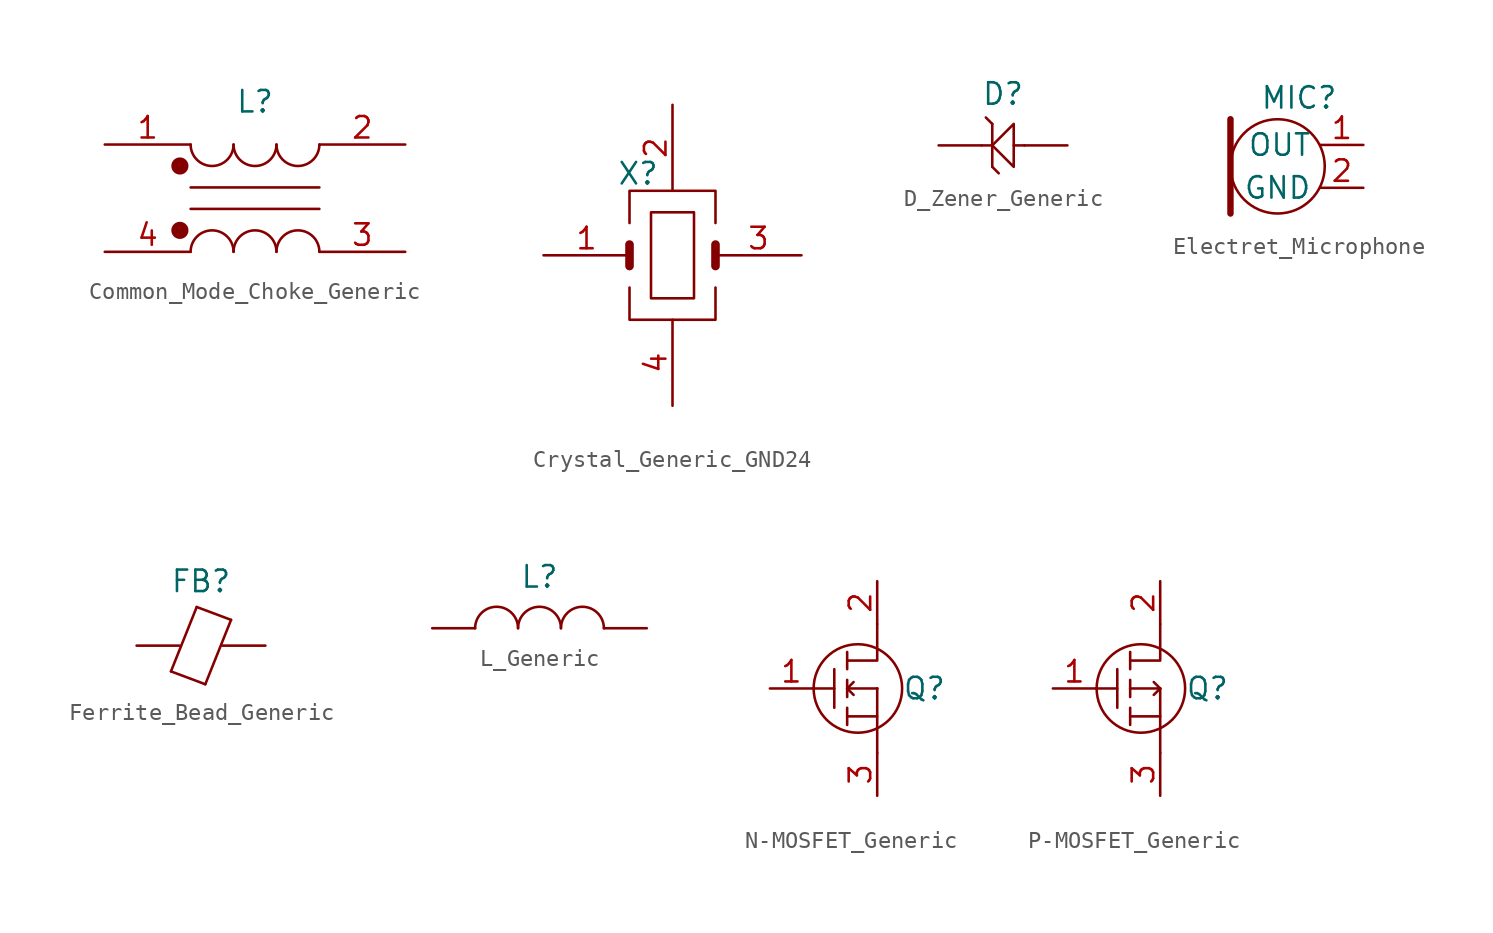
<source format=kicad_sym>
(kicad_symbol_lib
  (version 20241209)
  (generator "kicad_symbol_editor")
  (generator_version "9.0")
  (symbol "Common_Mode_Choke_Generic"
    (property "Reference" "L"
      (at 0 3.81 0)
      (effects (font (size 1.27 1.27))))
    (property "Value" ""
      (at 0 0 0)
      (effects (font (size 1.27 1.27))))
    (symbol "Common_Mode_Choke_Generic_0_1"
      (polyline (pts (xy -3.81 -1.27) (xy 3.81 -1.27)) (stroke (width 0) (type default)) (fill (type none)))
      (polyline (pts (xy -3.81 -2.54) (xy 3.81 -2.54)) (stroke (width 0) (type default)) (fill (type none)))
      (arc (start -1.27 1.27) (mid -2.54 0) (end -3.81 1.27) (stroke (width 0) (type default)) (fill (type none)))
      (arc (start -3.81 -5.08) (mid -2.54 -3.81) (end -1.27 -5.08) (stroke (width 0) (type default)) (fill (type none)))
      (arc (start 1.27 1.27) (mid 0 0) (end -1.27 1.27) (stroke (width 0) (type default)) (fill (type none)))
      (arc (start -1.27 -5.08) (mid 0 -3.81) (end 1.27 -5.08) (stroke (width 0) (type default)) (fill (type none)))
      (arc (start 3.81 1.27) (mid 2.54 0) (end 1.27 1.27) (stroke (width 0) (type default)) (fill (type none)))
      (arc (start 1.27 -5.08) (mid 2.54 -3.81) (end 3.81 -5.08) (stroke (width 0) (type default)) (fill (type none))))
    (symbol "Common_Mode_Choke_Generic_1_1"
      (circle (center -4.445 0) (radius 0.0001) (stroke (width 0.508) (type solid)) (fill (type none)))
      (circle (center -4.445 -3.81) (radius 0.0001) (stroke (width 0.508) (type solid)) (fill (type none)))
      (pin passive line (at -8.89 1.27 0) (length 5.08) (name "" (effects (font (size 1.27 1.27)))) (number "1" (effects (font (size 1.27 1.27)))))
      (pin passive line (at -8.89 -5.08 0) (length 5.08) (name "" (effects (font (size 1.27 1.27)))) (number "4" (effects (font (size 1.27 1.27)))))
      (pin passive line (at 8.89 1.27 180) (length 5.08) (name "" (effects (font (size 1.27 1.27)))) (number "2" (effects (font (size 1.27 1.27)))))
      (pin passive line (at 8.89 -5.08 180) (length 5.08) (name "" (effects (font (size 1.27 1.27)))) (number "3" (effects (font (size 1.27 1.27)))))))
  (symbol "Crystal_Generic_GND24"
    (property "Reference" "X"
      (at -2.032 4.826 0)
      (effects (font (size 1.27 1.27))))
    (property "Value" ""
      (at 0 0 0)
      (effects (font (size 1.27 1.27))))
    (symbol "Crystal_Generic_GND24_0_1"
      (polyline (pts (xy -2.54 1.905) (xy -2.54 3.81) (xy 2.54 3.81) (xy 2.54 1.905)) (stroke (width 0) (type default)) (fill (type none)))
      (polyline (pts (xy -2.54 -1.905) (xy -2.54 -3.81) (xy 2.54 -3.81) (xy 2.54 -1.905)) (stroke (width 0) (type default)) (fill (type none)))
      (rectangle (start -1.27 2.54) (end 1.27 -2.54) (stroke (width 0) (type default)) (fill (type none))))
    (symbol "Crystal_Generic_GND24_1_1"
      (polyline (pts (xy -2.54 0.635) (xy -2.54 -0.635)) (stroke (width 0.508) (type solid)) (fill (type none)))
      (polyline (pts (xy 2.54 0.635) (xy 2.54 -0.635)) (stroke (width 0.508) (type solid)) (fill (type none)))
      (pin passive line (at -7.62 0 0) (length 5.08) (name "" (effects (font (size 1.27 1.27)))) (number "1" (effects (font (size 1.27 1.27)))))
      (pin passive line (at 0 8.89 270) (length 5.08) (name "" (effects (font (size 1.27 1.27)))) (number "2" (effects (font (size 1.27 1.27)))))
      (pin passive line (at 0 -8.89 90) (length 5.08) (name "" (effects (font (size 1.27 1.27)))) (number "4" (effects (font (size 1.27 1.27)))))
      (pin passive line (at 7.62 0 180) (length 5.08) (name "" (effects (font (size 1.27 1.27)))) (number "3" (effects (font (size 1.27 1.27)))))))
  (symbol "D_Zener_Generic"
    (pin_numbers
      (hide yes))
    (pin_names
      (hide yes))
    (property "Reference" "D"
      (at 0 3.048 0)
      (effects (font (size 1.27 1.27))))
    (property "Value" ""
      (at 0 0 0)
      (effects (font (size 1.27 1.27))))
    (symbol "D_Zener_Generic_0_1"
      (polyline (pts (xy -1.27 0) (xy -0.635 0)) (stroke (width 0) (type default)) (fill (type none)))
      (polyline (pts (xy -0.635 1.27) (xy -1.016 1.651)) (stroke (width 0) (type default)) (fill (type none)))
      (polyline (pts (xy -0.635 1.27) (xy -0.635 -1.27)) (stroke (width 0) (type default)) (fill (type none)))
      (polyline (pts (xy -0.635 0) (xy 0.635 1.27) (xy 0.635 -1.27) (xy -0.635 0)) (stroke (width 0) (type default)) (fill (type none)))
      (polyline (pts (xy -0.254 -1.651) (xy -0.635 -1.27)) (stroke (width 0) (type default)) (fill (type none)))
      (polyline (pts (xy 0.635 0) (xy 1.27 0)) (stroke (width 0) (type default)) (fill (type none))))
    (symbol "D_Zener_Generic_1_1"
      (pin passive line (at -3.81 0 0) (length 2.54) (name "K" (effects (font (size 1.27 1.27)))) (number "2" (effects (font (size 1.27 1.27)))))
      (pin passive line (at 3.81 0 180) (length 2.54) (name "A" (effects (font (size 1.27 1.27)))) (number "1" (effects (font (size 1.27 1.27)))))))
  (symbol "Electret_Microphone"
    (property "Reference" "MIC"
      (at 0 4.064 0)
      (effects (font (size 1.27 1.27))))
    (property "Value" ""
      (at 0 0 0)
      (effects (font (size 1.27 1.27))))
    (symbol "Electret_Microphone_0_1"
      (circle (center -1.27 0) (radius 2.794) (stroke (width 0) (type default)) (fill (type none))))
    (symbol "Electret_Microphone_1_1"
      (polyline (pts (xy -4.064 2.794) (xy -4.064 -2.794)) (stroke (width 0.381) (type solid)) (fill (type none)))
      (pin output line (at 3.81 1.27 180) (length 2.54) (name "OUT" (effects (font (size 1.27 1.27)))) (number "1" (effects (font (size 1.27 1.27)))))
      (pin output line (at 3.81 -1.27 180) (length 2.54) (name "GND" (effects (font (size 1.27 1.27)))) (number "2" (effects (font (size 1.27 1.27)))))))
  (symbol "Ferrite_Bead_Generic"
    (pin_numbers
      (hide yes))
    (property "Reference" "FB"
      (at 0 3.81 0)
      (effects (font (size 1.27 1.27))))
    (property "Value" ""
      (at 0 0 0)
      (effects (font (size 1.27 1.27))))
    (symbol "Ferrite_Bead_Generic_0_1"
      (polyline (pts (xy -1.778 -1.524) (xy -0.254 2.286)) (stroke (width 0) (type default)) (fill (type none)))
      (polyline (pts (xy -1.778 -1.524) (xy 0.254 -2.286)) (stroke (width 0) (type default)) (fill (type none)))
      (polyline (pts (xy -0.254 2.286) (xy 1.778 1.524)) (stroke (width 0) (type default)) (fill (type none)))
      (polyline (pts (xy 0.254 -2.286) (xy 1.778 1.524)) (stroke (width 0) (type default)) (fill (type none))))
    (symbol "Ferrite_Bead_Generic_1_1"
      (pin passive line (at -3.81 0 0) (length 2.54) (name "" (effects (font (size 1.27 1.27)))) (number "1" (effects (font (size 1.27 1.27)))))
      (pin passive line (at 3.81 0 180) (length 2.54) (name "" (effects (font (size 1.27 1.27)))) (number "2" (effects (font (size 1.27 1.27)))))))
  (symbol "L_Generic"
    (pin_numbers
      (hide yes))
    (property "Reference" "L"
      (at 0 3.048 0)
      (effects (font (size 1.27 1.27))))
    (property "Value" ""
      (at 0 0 0)
      (effects (font (size 1.27 1.27))))
    (symbol "L_Generic_0_1"
      (arc (start -3.81 0) (mid -2.54 1.27) (end -1.27 0) (stroke (width 0) (type default)) (fill (type none)))
      (arc (start -1.27 0) (mid 0 1.27) (end 1.27 0) (stroke (width 0) (type default)) (fill (type none)))
      (arc (start 1.27 0) (mid 2.54 1.27) (end 3.81 0) (stroke (width 0) (type default)) (fill (type none))))
    (symbol "L_Generic_1_1"
      (pin passive line (at -6.35 0 0) (length 2.54) (name "" (effects (font (size 1.27 1.27)))) (number "1" (effects (font (size 1.27 1.27)))))
      (pin passive line (at 6.35 0 180) (length 2.54) (name "" (effects (font (size 1.27 1.27)))) (number "2" (effects (font (size 1.27 1.27)))))))
  (symbol "N-MOSFET_Generic"
    (pin_names
      (hide yes))
    (property "Reference" "Q"
      (at 2.794 0 0)
      (effects (font (size 1.27 1.27))))
    (property "Value" ""
      (at 0 0 0)
      (effects (font (size 1.27 1.27))))
    (symbol "N-MOSFET_Generic_0_1"
      (polyline (pts (xy -3.81 0) (xy -2.54 0)) (stroke (width 0) (type default)) (fill (type none)))
      (polyline (pts (xy -2.54 1.143) (xy -2.54 -1.143)) (stroke (width 0) (type default)) (fill (type none)))
      (polyline (pts (xy -1.778 2.159) (xy -1.778 1.143)) (stroke (width 0) (type default)) (fill (type none)))
      (polyline (pts (xy -1.778 1.651) (xy 0 1.651) (xy 0 3.81)) (stroke (width 0) (type default)) (fill (type none)))
      (polyline (pts (xy -1.778 0.508) (xy -1.778 -0.508)) (stroke (width 0) (type default)) (fill (type none)))
      (polyline (pts (xy -1.778 0) (xy -1.778 0)) (stroke (width 0) (type default)) (fill (type none)))
      (polyline (pts (xy -1.778 0) (xy -1.397 -0.381)) (stroke (width 0) (type default)) (fill (type none)))
      (polyline (pts (xy -1.778 -1.143) (xy -1.778 -2.159)) (stroke (width 0) (type default)) (fill (type none)))
      (polyline (pts (xy -1.778 -1.651) (xy 0 -1.651)) (stroke (width 0) (type default)) (fill (type none)))
      (circle (center -1.143 0) (radius 2.618) (stroke (width 0) (type default)) (fill (type none)))
      (polyline (pts (xy 0 0) (xy 0 0)) (stroke (width 0) (type default)) (fill (type none)))
      (polyline (pts (xy 0 0) (xy 0 -3.81)) (stroke (width 0) (type default)) (fill (type none)))
      (polyline (pts (xy 0 0) (xy -1.778 0) (xy -1.397 0.381)) (stroke (width 0) (type default)) (fill (type none))))
    (symbol "N-MOSFET_Generic_1_1"
      (pin passive line (at -6.35 0 0) (length 2.54) (name "Gate" (effects (font (size 1.27 1.27)))) (number "1" (effects (font (size 1.27 1.27)))))
      (pin passive line (at 0 6.35 270) (length 2.54) (name "Drain" (effects (font (size 1.27 1.27)))) (number "2" (effects (font (size 1.27 1.27)))))
      (pin passive line (at 0 -6.35 90) (length 2.54) (name "Source" (effects (font (size 1.27 1.27)))) (number "3" (effects (font (size 1.27 1.27)))))))
  (symbol "P-MOSFET_Generic"
    (pin_names
      (hide yes))
    (property "Reference" "Q"
      (at 2.794 0 0)
      (effects (font (size 1.27 1.27))))
    (property "Value" ""
      (at 0 0 0)
      (effects (font (size 1.27 1.27))))
    (symbol "P-MOSFET_Generic_0_1"
      (polyline (pts (xy -3.81 0) (xy -2.54 0)) (stroke (width 0) (type default)) (fill (type none)))
      (polyline (pts (xy -2.54 1.143) (xy -2.54 -1.143)) (stroke (width 0) (type default)) (fill (type none)))
      (polyline (pts (xy -1.778 2.159) (xy -1.778 1.143)) (stroke (width 0) (type default)) (fill (type none)))
      (polyline (pts (xy -1.778 1.651) (xy 0 1.651) (xy 0 3.81)) (stroke (width 0) (type default)) (fill (type none)))
      (polyline (pts (xy -1.778 0.508) (xy -1.778 -0.508)) (stroke (width 0) (type default)) (fill (type none)))
      (polyline (pts (xy -1.778 0) (xy -1.778 0)) (stroke (width 0) (type default)) (fill (type none)))
      (polyline (pts (xy -1.778 0) (xy 0 0) (xy -0.381 0.381)) (stroke (width 0) (type default)) (fill (type none)))
      (polyline (pts (xy -1.778 -1.143) (xy -1.778 -2.159)) (stroke (width 0) (type default)) (fill (type none)))
      (polyline (pts (xy -1.778 -1.651) (xy 0 -1.651)) (stroke (width 0) (type default)) (fill (type none)))
      (circle (center -1.143 0) (radius 2.618) (stroke (width 0) (type default)) (fill (type none)))
      (polyline (pts (xy 0 0) (xy -0.381 -0.381)) (stroke (width 0) (type default)) (fill (type none)))
      (polyline (pts (xy 0 0) (xy 0 0)) (stroke (width 0) (type default)) (fill (type none)))
      (polyline (pts (xy 0 0) (xy 0 -3.81)) (stroke (width 0) (type default)) (fill (type none))))
    (symbol "P-MOSFET_Generic_1_1"
      (pin passive line (at -6.35 0 0) (length 2.54) (name "Gate" (effects (font (size 1.27 1.27)))) (number "1" (effects (font (size 1.27 1.27)))))
      (pin passive line (at 0 6.35 270) (length 2.54) (name "Drain" (effects (font (size 1.27 1.27)))) (number "2" (effects (font (size 1.27 1.27)))))
      (pin passive line (at 0 -6.35 90) (length 2.54) (name "Source" (effects (font (size 1.27 1.27)))) (number "3" (effects (font (size 1.27 1.27))))))))
</source>
